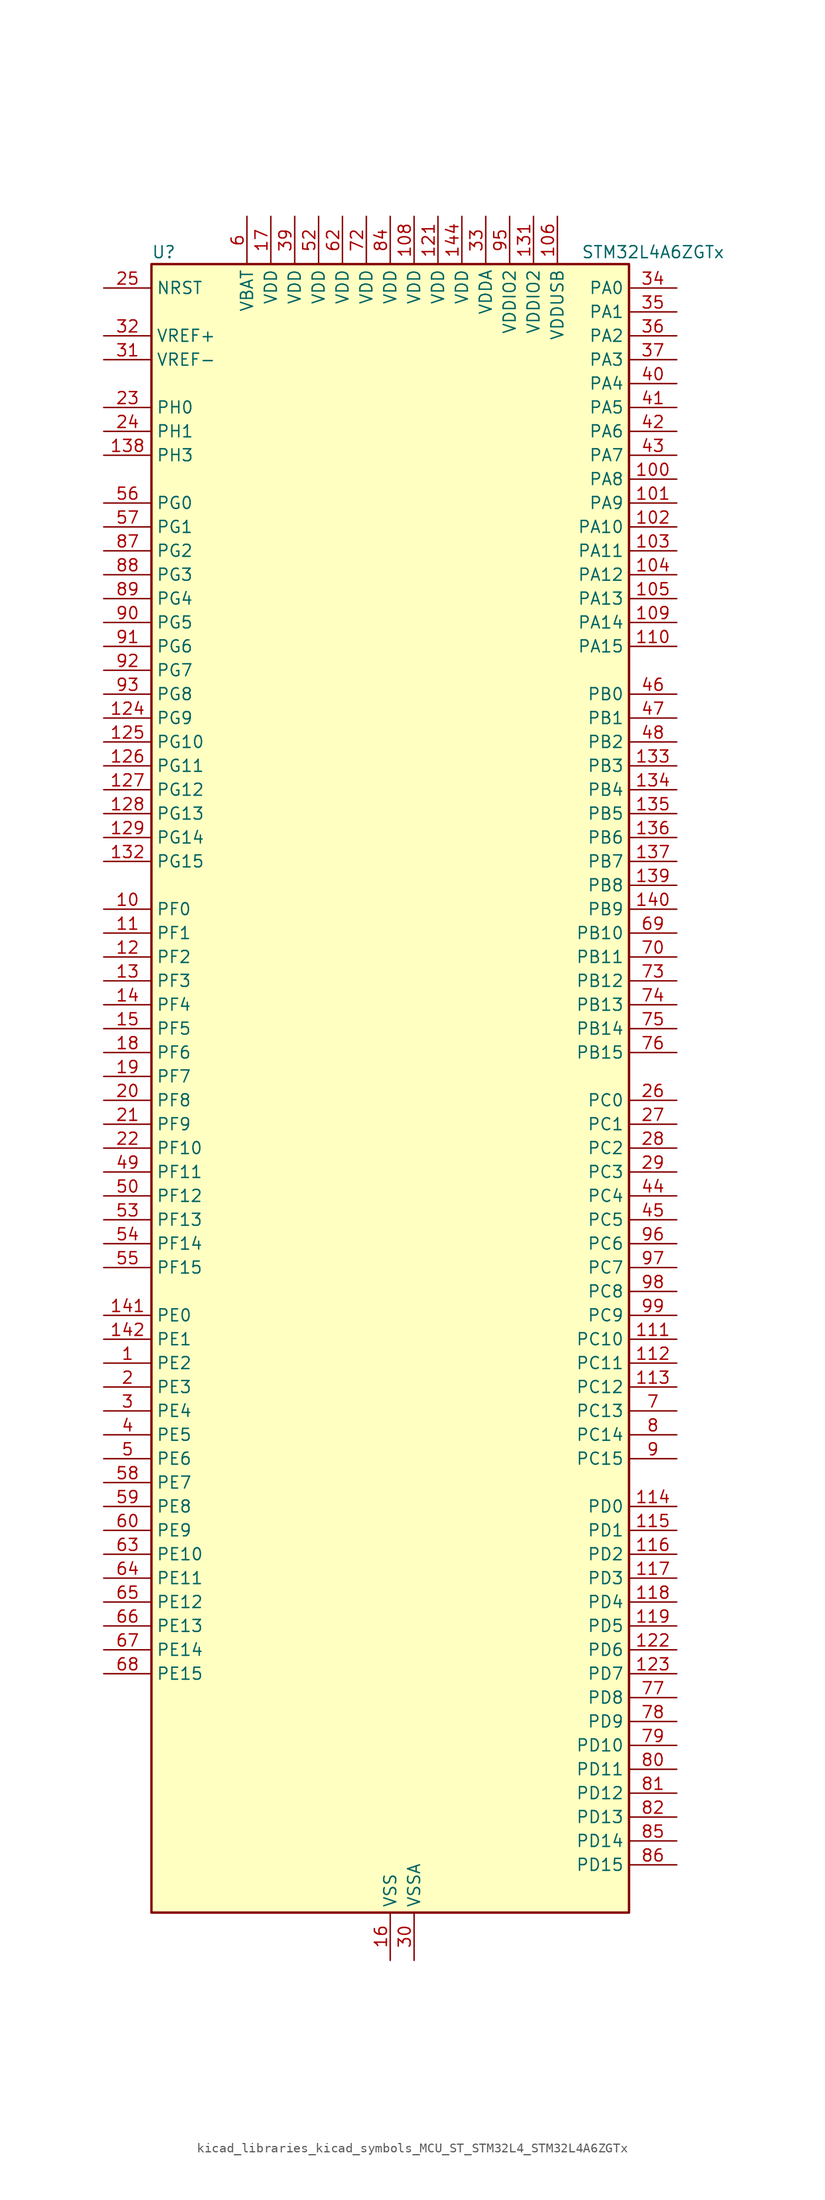
<source format=kicad_sym>
(kicad_symbol_lib
  (version 20220914)
  (generator kicad_symbol_editor)
  (symbol "kicad_libraries_kicad_symbols_MCU_ST_STM32L4_STM32L4A6ZGTx"
    (property "Reference" "U"
      (at -25.4 90.17 0)
      (effects (font (size 1.27 1.27)) (justify left)))
    (property "Value" "STM32L4A6ZGTx"
      (at 20.32 90.17 0)
      (effects (font (size 1.27 1.27)) (justify left)))
    (property "ki_locked" ""
      (at 0 0 0)
      (effects (font (size 1.27 1.27))))
    (symbol "kicad_libraries_kicad_symbols_MCU_ST_STM32L4_STM32L4A6ZGTx_0_1"
      (rectangle (start -25.4 -86.36) (end 25.4 88.9) (stroke (width 0.254) (type default)) (fill (type background))))
    (symbol "kicad_libraries_kicad_symbols_MCU_ST_STM32L4_STM32L4A6ZGTx_1_1"
      (pin bidirectional line (at -30.48 -27.94 0) (length 5.08) (name "PE2" (effects (font (size 1.27 1.27)))) (number "1" (effects (font (size 1.27 1.27)))) (alternate "FMC_A23" bidirectional line) (alternate "LCD_SEG38" bidirectional line) (alternate "SAI1_MCLK_A" bidirectional line) (alternate "SYS_TRACECLK" bidirectional line) (alternate "TIM3_ETR" bidirectional line) (alternate "TSC_G7_IO1" bidirectional line))
      (pin bidirectional line (at -30.48 20.32 0) (length 5.08) (name "PF0" (effects (font (size 1.27 1.27)))) (number "10" (effects (font (size 1.27 1.27)))) (alternate "FMC_A0" bidirectional line) (alternate "I2C2_SDA" bidirectional line))
      (pin bidirectional line (at 30.48 66.04 180) (length 5.08) (name "PA8" (effects (font (size 1.27 1.27)))) (number "100" (effects (font (size 1.27 1.27)))) (alternate "LCD_COM0" bidirectional line) (alternate "LPTIM2_OUT" bidirectional line) (alternate "RCC_MCO" bidirectional line) (alternate "SAI1_SCK_A" bidirectional line) (alternate "SWPMI1_IO" bidirectional line) (alternate "TIM1_CH1" bidirectional line) (alternate "USART1_CK" bidirectional line) (alternate "USB_OTG_FS_SOF" bidirectional line))
      (pin bidirectional line (at 30.48 63.5 180) (length 5.08) (name "PA9" (effects (font (size 1.27 1.27)))) (number "101" (effects (font (size 1.27 1.27)))) (alternate "DAC1_EXTI9" bidirectional line) (alternate "DCMI_D0" bidirectional line) (alternate "LCD_COM1" bidirectional line) (alternate "SAI1_FS_A" bidirectional line) (alternate "SPI2_SCK" bidirectional line) (alternate "TIM15_BKIN" bidirectional line) (alternate "TIM1_CH2" bidirectional line) (alternate "USART1_TX" bidirectional line) (alternate "USB_OTG_FS_VBUS" bidirectional line))
      (pin bidirectional line (at 30.48 60.96 180) (length 5.08) (name "PA10" (effects (font (size 1.27 1.27)))) (number "102" (effects (font (size 1.27 1.27)))) (alternate "DCMI_D1" bidirectional line) (alternate "LCD_COM2" bidirectional line) (alternate "SAI1_SD_A" bidirectional line) (alternate "TIM17_BKIN" bidirectional line) (alternate "TIM1_CH3" bidirectional line) (alternate "USART1_RX" bidirectional line) (alternate "USB_OTG_FS_ID" bidirectional line))
      (pin bidirectional line (at 30.48 58.42 180) (length 5.08) (name "PA11" (effects (font (size 1.27 1.27)))) (number "103" (effects (font (size 1.27 1.27)))) (alternate "ADC1_EXTI11" bidirectional line) (alternate "ADC2_EXTI11" bidirectional line) (alternate "ADC3_EXTI11" bidirectional line) (alternate "CAN1_RX" bidirectional line) (alternate "SPI1_MISO" bidirectional line) (alternate "TIM1_BKIN2" bidirectional line) (alternate "TIM1_BKIN2_COMP1" bidirectional line) (alternate "TIM1_CH4" bidirectional line) (alternate "USART1_CTS" bidirectional line) (alternate "USB_OTG_FS_DM" bidirectional line))
      (pin bidirectional line (at 30.48 55.88 180) (length 5.08) (name "PA12" (effects (font (size 1.27 1.27)))) (number "104" (effects (font (size 1.27 1.27)))) (alternate "CAN1_TX" bidirectional line) (alternate "SPI1_MOSI" bidirectional line) (alternate "TIM1_ETR" bidirectional line) (alternate "USART1_DE" bidirectional line) (alternate "USART1_RTS" bidirectional line) (alternate "USB_OTG_FS_DP" bidirectional line))
      (pin bidirectional line (at 30.48 53.34 180) (length 5.08) (name "PA13" (effects (font (size 1.27 1.27)))) (number "105" (effects (font (size 1.27 1.27)))) (alternate "IR_OUT" bidirectional line) (alternate "SAI1_SD_B" bidirectional line) (alternate "SWPMI1_TX" bidirectional line) (alternate "SYS_JTMS-SWDIO" bidirectional line) (alternate "USB_OTG_FS_NOE" bidirectional line))
      (pin power_in line (at 17.78 93.98 270) (length 5.08) (name "VDDUSB" (effects (font (size 1.27 1.27)))) (number "106" (effects (font (size 1.27 1.27)))))
      (pin passive line (at 0 -91.44 90) (length 5.08) hide (name "VSS" (effects (font (size 1.27 1.27)))) (number "107" (effects (font (size 1.27 1.27)))))
      (pin power_in line (at 2.54 93.98 270) (length 5.08) (name "VDD" (effects (font (size 1.27 1.27)))) (number "108" (effects (font (size 1.27 1.27)))))
      (pin bidirectional line (at 30.48 50.8 180) (length 5.08) (name "PA14" (effects (font (size 1.27 1.27)))) (number "109" (effects (font (size 1.27 1.27)))) (alternate "I2C1_SMBA" bidirectional line) (alternate "I2C4_SMBA" bidirectional line) (alternate "LPTIM1_OUT" bidirectional line) (alternate "SAI1_FS_B" bidirectional line) (alternate "SWPMI1_RX" bidirectional line) (alternate "SYS_JTCK-SWCLK" bidirectional line) (alternate "USB_OTG_FS_SOF" bidirectional line))
      (pin bidirectional line (at -30.48 17.78 0) (length 5.08) (name "PF1" (effects (font (size 1.27 1.27)))) (number "11" (effects (font (size 1.27 1.27)))) (alternate "FMC_A1" bidirectional line) (alternate "I2C2_SCL" bidirectional line))
      (pin bidirectional line (at 30.48 48.26 180) (length 5.08) (name "PA15" (effects (font (size 1.27 1.27)))) (number "110" (effects (font (size 1.27 1.27)))) (alternate "ADC1_EXTI15" bidirectional line) (alternate "ADC2_EXTI15" bidirectional line) (alternate "ADC3_EXTI15" bidirectional line) (alternate "LCD_SEG17" bidirectional line) (alternate "SAI2_FS_B" bidirectional line) (alternate "SPI1_NSS" bidirectional line) (alternate "SPI3_NSS" bidirectional line) (alternate "SWPMI1_SUSPEND" bidirectional line) (alternate "SYS_JTDI" bidirectional line) (alternate "TIM2_CH1" bidirectional line) (alternate "TIM2_ETR" bidirectional line) (alternate "TSC_G3_IO1" bidirectional line) (alternate "UART4_DE" bidirectional line) (alternate "UART4_RTS" bidirectional line) (alternate "USART2_RX" bidirectional line) (alternate "USART3_DE" bidirectional line) (alternate "USART3_RTS" bidirectional line))
      (pin bidirectional line (at 30.48 -25.4 180) (length 5.08) (name "PC10" (effects (font (size 1.27 1.27)))) (number "111" (effects (font (size 1.27 1.27)))) (alternate "DCMI_D8" bidirectional line) (alternate "LCD_COM4" bidirectional line) (alternate "LCD_SEG28" bidirectional line) (alternate "LCD_SEG40" bidirectional line) (alternate "SAI2_SCK_B" bidirectional line) (alternate "SDMMC1_D2" bidirectional line) (alternate "SPI3_SCK" bidirectional line) (alternate "SYS_TRACED1" bidirectional line) (alternate "TSC_G3_IO2" bidirectional line) (alternate "UART4_TX" bidirectional line) (alternate "USART3_TX" bidirectional line))
      (pin bidirectional line (at 30.48 -27.94 180) (length 5.08) (name "PC11" (effects (font (size 1.27 1.27)))) (number "112" (effects (font (size 1.27 1.27)))) (alternate "ADC1_EXTI11" bidirectional line) (alternate "ADC2_EXTI11" bidirectional line) (alternate "ADC3_EXTI11" bidirectional line) (alternate "DCMI_D4" bidirectional line) (alternate "LCD_COM5" bidirectional line) (alternate "LCD_SEG29" bidirectional line) (alternate "LCD_SEG41" bidirectional line) (alternate "QUADSPI_BK2_NCS" bidirectional line) (alternate "SAI2_MCLK_B" bidirectional line) (alternate "SDMMC1_D3" bidirectional line) (alternate "SPI3_MISO" bidirectional line) (alternate "TSC_G3_IO3" bidirectional line) (alternate "UART4_RX" bidirectional line) (alternate "USART3_RX" bidirectional line))
      (pin bidirectional line (at 30.48 -30.48 180) (length 5.08) (name "PC12" (effects (font (size 1.27 1.27)))) (number "113" (effects (font (size 1.27 1.27)))) (alternate "DCMI_D9" bidirectional line) (alternate "LCD_COM6" bidirectional line) (alternate "LCD_SEG30" bidirectional line) (alternate "LCD_SEG42" bidirectional line) (alternate "SAI2_SD_B" bidirectional line) (alternate "SDMMC1_CK" bidirectional line) (alternate "SPI3_MOSI" bidirectional line) (alternate "SYS_TRACED3" bidirectional line) (alternate "TSC_G3_IO4" bidirectional line) (alternate "UART5_TX" bidirectional line) (alternate "USART3_CK" bidirectional line))
      (pin bidirectional line (at 30.48 -43.18 180) (length 5.08) (name "PD0" (effects (font (size 1.27 1.27)))) (number "114" (effects (font (size 1.27 1.27)))) (alternate "CAN1_RX" bidirectional line) (alternate "DFSDM1_DATIN7" bidirectional line) (alternate "FMC_D2" bidirectional line) (alternate "FMC_DA2" bidirectional line) (alternate "SPI2_NSS" bidirectional line))
      (pin bidirectional line (at 30.48 -45.72 180) (length 5.08) (name "PD1" (effects (font (size 1.27 1.27)))) (number "115" (effects (font (size 1.27 1.27)))) (alternate "CAN1_TX" bidirectional line) (alternate "DFSDM1_CKIN7" bidirectional line) (alternate "FMC_D3" bidirectional line) (alternate "FMC_DA3" bidirectional line) (alternate "SPI2_SCK" bidirectional line))
      (pin bidirectional line (at 30.48 -48.26 180) (length 5.08) (name "PD2" (effects (font (size 1.27 1.27)))) (number "116" (effects (font (size 1.27 1.27)))) (alternate "DCMI_D11" bidirectional line) (alternate "LCD_COM7" bidirectional line) (alternate "LCD_SEG31" bidirectional line) (alternate "LCD_SEG43" bidirectional line) (alternate "SDMMC1_CMD" bidirectional line) (alternate "SYS_TRACED2" bidirectional line) (alternate "TIM3_ETR" bidirectional line) (alternate "TSC_SYNC" bidirectional line) (alternate "UART5_RX" bidirectional line) (alternate "USART3_DE" bidirectional line) (alternate "USART3_RTS" bidirectional line))
      (pin bidirectional line (at 30.48 -50.8 180) (length 5.08) (name "PD3" (effects (font (size 1.27 1.27)))) (number "117" (effects (font (size 1.27 1.27)))) (alternate "DCMI_D5" bidirectional line) (alternate "DFSDM1_DATIN0" bidirectional line) (alternate "FMC_CLK" bidirectional line) (alternate "QUADSPI_BK2_NCS" bidirectional line) (alternate "SPI2_MISO" bidirectional line) (alternate "SPI2_SCK" bidirectional line) (alternate "USART2_CTS" bidirectional line))
      (pin bidirectional line (at 30.48 -53.34 180) (length 5.08) (name "PD4" (effects (font (size 1.27 1.27)))) (number "118" (effects (font (size 1.27 1.27)))) (alternate "DFSDM1_CKIN0" bidirectional line) (alternate "FMC_NOE" bidirectional line) (alternate "QUADSPI_BK2_IO0" bidirectional line) (alternate "SPI2_MOSI" bidirectional line) (alternate "USART2_DE" bidirectional line) (alternate "USART2_RTS" bidirectional line))
      (pin bidirectional line (at 30.48 -55.88 180) (length 5.08) (name "PD5" (effects (font (size 1.27 1.27)))) (number "119" (effects (font (size 1.27 1.27)))) (alternate "FMC_NWE" bidirectional line) (alternate "QUADSPI_BK2_IO1" bidirectional line) (alternate "USART2_TX" bidirectional line))
      (pin bidirectional line (at -30.48 15.24 0) (length 5.08) (name "PF2" (effects (font (size 1.27 1.27)))) (number "12" (effects (font (size 1.27 1.27)))) (alternate "FMC_A2" bidirectional line) (alternate "I2C2_SMBA" bidirectional line))
      (pin passive line (at 0 -91.44 90) (length 5.08) hide (name "VSS" (effects (font (size 1.27 1.27)))) (number "120" (effects (font (size 1.27 1.27)))))
      (pin power_in line (at 5.08 93.98 270) (length 5.08) (name "VDD" (effects (font (size 1.27 1.27)))) (number "121" (effects (font (size 1.27 1.27)))))
      (pin bidirectional line (at 30.48 -58.42 180) (length 5.08) (name "PD6" (effects (font (size 1.27 1.27)))) (number "122" (effects (font (size 1.27 1.27)))) (alternate "DCMI_D10" bidirectional line) (alternate "DFSDM1_DATIN1" bidirectional line) (alternate "FMC_NWAIT" bidirectional line) (alternate "QUADSPI_BK2_IO1" bidirectional line) (alternate "QUADSPI_BK2_IO2" bidirectional line) (alternate "SAI1_SD_A" bidirectional line) (alternate "USART2_RX" bidirectional line))
      (pin bidirectional line (at 30.48 -60.96 180) (length 5.08) (name "PD7" (effects (font (size 1.27 1.27)))) (number "123" (effects (font (size 1.27 1.27)))) (alternate "DFSDM1_CKIN1" bidirectional line) (alternate "FMC_NE1" bidirectional line) (alternate "QUADSPI_BK2_IO3" bidirectional line) (alternate "USART2_CK" bidirectional line))
      (pin bidirectional line (at -30.48 40.64 0) (length 5.08) (name "PG9" (effects (font (size 1.27 1.27)))) (number "124" (effects (font (size 1.27 1.27)))) (alternate "DAC1_EXTI9" bidirectional line) (alternate "FMC_NCE" bidirectional line) (alternate "FMC_NE2" bidirectional line) (alternate "SAI2_SCK_A" bidirectional line) (alternate "SPI3_SCK" bidirectional line) (alternate "TIM15_CH1N" bidirectional line) (alternate "USART1_TX" bidirectional line))
      (pin bidirectional line (at -30.48 38.1 0) (length 5.08) (name "PG10" (effects (font (size 1.27 1.27)))) (number "125" (effects (font (size 1.27 1.27)))) (alternate "FMC_NE3" bidirectional line) (alternate "LPTIM1_IN1" bidirectional line) (alternate "SAI2_FS_A" bidirectional line) (alternate "SPI3_MISO" bidirectional line) (alternate "TIM15_CH1" bidirectional line) (alternate "USART1_RX" bidirectional line))
      (pin bidirectional line (at -30.48 35.56 0) (length 5.08) (name "PG11" (effects (font (size 1.27 1.27)))) (number "126" (effects (font (size 1.27 1.27)))) (alternate "ADC1_EXTI11" bidirectional line) (alternate "ADC2_EXTI11" bidirectional line) (alternate "ADC3_EXTI11" bidirectional line) (alternate "LPTIM1_IN2" bidirectional line) (alternate "SAI2_MCLK_A" bidirectional line) (alternate "SPI3_MOSI" bidirectional line) (alternate "TIM15_CH2" bidirectional line) (alternate "USART1_CTS" bidirectional line))
      (pin bidirectional line (at -30.48 33.02 0) (length 5.08) (name "PG12" (effects (font (size 1.27 1.27)))) (number "127" (effects (font (size 1.27 1.27)))) (alternate "FMC_NE4" bidirectional line) (alternate "LPTIM1_ETR" bidirectional line) (alternate "SAI2_SD_A" bidirectional line) (alternate "SPI3_NSS" bidirectional line) (alternate "USART1_DE" bidirectional line) (alternate "USART1_RTS" bidirectional line))
      (pin bidirectional line (at -30.48 30.48 0) (length 5.08) (name "PG13" (effects (font (size 1.27 1.27)))) (number "128" (effects (font (size 1.27 1.27)))) (alternate "FMC_A24" bidirectional line) (alternate "I2C1_SDA" bidirectional line) (alternate "USART1_CK" bidirectional line))
      (pin bidirectional line (at -30.48 27.94 0) (length 5.08) (name "PG14" (effects (font (size 1.27 1.27)))) (number "129" (effects (font (size 1.27 1.27)))) (alternate "FMC_A25" bidirectional line) (alternate "I2C1_SCL" bidirectional line))
      (pin bidirectional line (at -30.48 12.7 0) (length 5.08) (name "PF3" (effects (font (size 1.27 1.27)))) (number "13" (effects (font (size 1.27 1.27)))) (alternate "ADC3_IN6" bidirectional line) (alternate "FMC_A3" bidirectional line))
      (pin passive line (at 0 -91.44 90) (length 5.08) hide (name "VSS" (effects (font (size 1.27 1.27)))) (number "130" (effects (font (size 1.27 1.27)))))
      (pin power_in line (at 15.24 93.98 270) (length 5.08) (name "VDDIO2" (effects (font (size 1.27 1.27)))) (number "131" (effects (font (size 1.27 1.27)))))
      (pin bidirectional line (at -30.48 25.4 0) (length 5.08) (name "PG15" (effects (font (size 1.27 1.27)))) (number "132" (effects (font (size 1.27 1.27)))) (alternate "ADC1_EXTI15" bidirectional line) (alternate "ADC2_EXTI15" bidirectional line) (alternate "ADC3_EXTI15" bidirectional line) (alternate "DCMI_D13" bidirectional line) (alternate "I2C1_SMBA" bidirectional line) (alternate "LPTIM1_OUT" bidirectional line))
      (pin bidirectional line (at 30.48 35.56 180) (length 5.08) (name "PB3" (effects (font (size 1.27 1.27)))) (number "133" (effects (font (size 1.27 1.27)))) (alternate "COMP2_INM" bidirectional line) (alternate "CRS_SYNC" bidirectional line) (alternate "LCD_SEG7" bidirectional line) (alternate "SAI1_SCK_B" bidirectional line) (alternate "SPI1_SCK" bidirectional line) (alternate "SPI3_SCK" bidirectional line) (alternate "SYS_JTDO-SWO" bidirectional line) (alternate "TIM2_CH2" bidirectional line) (alternate "USART1_DE" bidirectional line) (alternate "USART1_RTS" bidirectional line))
      (pin bidirectional line (at 30.48 33.02 180) (length 5.08) (name "PB4" (effects (font (size 1.27 1.27)))) (number "134" (effects (font (size 1.27 1.27)))) (alternate "COMP2_INP" bidirectional line) (alternate "DCMI_D12" bidirectional line) (alternate "I2C3_SDA" bidirectional line) (alternate "LCD_SEG8" bidirectional line) (alternate "SAI1_MCLK_B" bidirectional line) (alternate "SPI1_MISO" bidirectional line) (alternate "SPI3_MISO" bidirectional line) (alternate "SYS_JTRST" bidirectional line) (alternate "TIM17_BKIN" bidirectional line) (alternate "TIM3_CH1" bidirectional line) (alternate "TSC_G2_IO1" bidirectional line) (alternate "UART5_DE" bidirectional line) (alternate "UART5_RTS" bidirectional line) (alternate "USART1_CTS" bidirectional line))
      (pin bidirectional line (at 30.48 30.48 180) (length 5.08) (name "PB5" (effects (font (size 1.27 1.27)))) (number "135" (effects (font (size 1.27 1.27)))) (alternate "CAN2_RX" bidirectional line) (alternate "COMP2_OUT" bidirectional line) (alternate "DCMI_D10" bidirectional line) (alternate "I2C1_SMBA" bidirectional line) (alternate "LCD_SEG9" bidirectional line) (alternate "LPTIM1_IN1" bidirectional line) (alternate "SAI1_SD_B" bidirectional line) (alternate "SPI1_MOSI" bidirectional line) (alternate "SPI3_MOSI" bidirectional line) (alternate "TIM16_BKIN" bidirectional line) (alternate "TIM3_CH2" bidirectional line) (alternate "TSC_G2_IO2" bidirectional line) (alternate "UART5_CTS" bidirectional line) (alternate "USART1_CK" bidirectional line))
      (pin bidirectional line (at 30.48 27.94 180) (length 5.08) (name "PB6" (effects (font (size 1.27 1.27)))) (number "136" (effects (font (size 1.27 1.27)))) (alternate "CAN2_TX" bidirectional line) (alternate "COMP2_INP" bidirectional line) (alternate "DCMI_D5" bidirectional line) (alternate "DFSDM1_DATIN5" bidirectional line) (alternate "I2C1_SCL" bidirectional line) (alternate "I2C4_SCL" bidirectional line) (alternate "LPTIM1_ETR" bidirectional line) (alternate "SAI1_FS_B" bidirectional line) (alternate "TIM16_CH1N" bidirectional line) (alternate "TIM4_CH1" bidirectional line) (alternate "TIM8_BKIN2" bidirectional line) (alternate "TIM8_BKIN2_COMP2" bidirectional line) (alternate "TSC_G2_IO3" bidirectional line) (alternate "USART1_TX" bidirectional line))
      (pin bidirectional line (at 30.48 25.4 180) (length 5.08) (name "PB7" (effects (font (size 1.27 1.27)))) (number "137" (effects (font (size 1.27 1.27)))) (alternate "COMP2_INM" bidirectional line) (alternate "DCMI_VSYNC" bidirectional line) (alternate "DFSDM1_CKIN5" bidirectional line) (alternate "FMC_NL" bidirectional line) (alternate "I2C1_SDA" bidirectional line) (alternate "I2C4_SDA" bidirectional line) (alternate "LCD_SEG21" bidirectional line) (alternate "LPTIM1_IN2" bidirectional line) (alternate "SYS_PVD_IN" bidirectional line) (alternate "TIM17_CH1N" bidirectional line) (alternate "TIM4_CH2" bidirectional line) (alternate "TIM8_BKIN" bidirectional line) (alternate "TIM8_BKIN_COMP1" bidirectional line) (alternate "TSC_G2_IO4" bidirectional line) (alternate "UART4_CTS" bidirectional line) (alternate "USART1_RX" bidirectional line))
      (pin bidirectional line (at -30.48 68.58 0) (length 5.08) (name "PH3" (effects (font (size 1.27 1.27)))) (number "138" (effects (font (size 1.27 1.27)))))
      (pin bidirectional line (at 30.48 22.86 180) (length 5.08) (name "PB8" (effects (font (size 1.27 1.27)))) (number "139" (effects (font (size 1.27 1.27)))) (alternate "CAN1_RX" bidirectional line) (alternate "DCMI_D6" bidirectional line) (alternate "DFSDM1_DATIN6" bidirectional line) (alternate "I2C1_SCL" bidirectional line) (alternate "LCD_SEG16" bidirectional line) (alternate "SAI1_MCLK_A" bidirectional line) (alternate "SDMMC1_D4" bidirectional line) (alternate "TIM16_CH1" bidirectional line) (alternate "TIM4_CH3" bidirectional line))
      (pin bidirectional line (at -30.48 10.16 0) (length 5.08) (name "PF4" (effects (font (size 1.27 1.27)))) (number "14" (effects (font (size 1.27 1.27)))) (alternate "ADC3_IN7" bidirectional line) (alternate "FMC_A4" bidirectional line))
      (pin bidirectional line (at 30.48 20.32 180) (length 5.08) (name "PB9" (effects (font (size 1.27 1.27)))) (number "140" (effects (font (size 1.27 1.27)))) (alternate "CAN1_TX" bidirectional line) (alternate "DAC1_EXTI9" bidirectional line) (alternate "DCMI_D7" bidirectional line) (alternate "DFSDM1_CKIN6" bidirectional line) (alternate "I2C1_SDA" bidirectional line) (alternate "IR_OUT" bidirectional line) (alternate "LCD_COM3" bidirectional line) (alternate "SAI1_FS_A" bidirectional line) (alternate "SDMMC1_D5" bidirectional line) (alternate "SPI2_NSS" bidirectional line) (alternate "TIM17_CH1" bidirectional line) (alternate "TIM4_CH4" bidirectional line))
      (pin bidirectional line (at -30.48 -22.86 0) (length 5.08) (name "PE0" (effects (font (size 1.27 1.27)))) (number "141" (effects (font (size 1.27 1.27)))) (alternate "DCMI_D2" bidirectional line) (alternate "FMC_NBL0" bidirectional line) (alternate "LCD_SEG36" bidirectional line) (alternate "TIM16_CH1" bidirectional line) (alternate "TIM4_ETR" bidirectional line))
      (pin bidirectional line (at -30.48 -25.4 0) (length 5.08) (name "PE1" (effects (font (size 1.27 1.27)))) (number "142" (effects (font (size 1.27 1.27)))) (alternate "DCMI_D3" bidirectional line) (alternate "FMC_NBL1" bidirectional line) (alternate "LCD_SEG37" bidirectional line) (alternate "TIM17_CH1" bidirectional line))
      (pin passive line (at 0 -91.44 90) (length 5.08) hide (name "VSS" (effects (font (size 1.27 1.27)))) (number "143" (effects (font (size 1.27 1.27)))))
      (pin power_in line (at 7.62 93.98 270) (length 5.08) (name "VDD" (effects (font (size 1.27 1.27)))) (number "144" (effects (font (size 1.27 1.27)))))
      (pin bidirectional line (at -30.48 7.62 0) (length 5.08) (name "PF5" (effects (font (size 1.27 1.27)))) (number "15" (effects (font (size 1.27 1.27)))) (alternate "ADC3_IN8" bidirectional line) (alternate "FMC_A5" bidirectional line))
      (pin power_in line (at 0 -91.44 90) (length 5.08) (name "VSS" (effects (font (size 1.27 1.27)))) (number "16" (effects (font (size 1.27 1.27)))))
      (pin power_in line (at -12.7 93.98 270) (length 5.08) (name "VDD" (effects (font (size 1.27 1.27)))) (number "17" (effects (font (size 1.27 1.27)))))
      (pin bidirectional line (at -30.48 5.08 0) (length 5.08) (name "PF6" (effects (font (size 1.27 1.27)))) (number "18" (effects (font (size 1.27 1.27)))) (alternate "ADC3_IN9" bidirectional line) (alternate "QUADSPI_BK1_IO3" bidirectional line) (alternate "SAI1_SD_B" bidirectional line) (alternate "TIM5_CH1" bidirectional line) (alternate "TIM5_ETR" bidirectional line))
      (pin bidirectional line (at -30.48 2.54 0) (length 5.08) (name "PF7" (effects (font (size 1.27 1.27)))) (number "19" (effects (font (size 1.27 1.27)))) (alternate "ADC3_IN10" bidirectional line) (alternate "QUADSPI_BK1_IO2" bidirectional line) (alternate "SAI1_MCLK_B" bidirectional line) (alternate "TIM5_CH2" bidirectional line))
      (pin bidirectional line (at -30.48 -30.48 0) (length 5.08) (name "PE3" (effects (font (size 1.27 1.27)))) (number "2" (effects (font (size 1.27 1.27)))) (alternate "FMC_A19" bidirectional line) (alternate "LCD_SEG39" bidirectional line) (alternate "SAI1_SD_B" bidirectional line) (alternate "SYS_TRACED0" bidirectional line) (alternate "TIM3_CH1" bidirectional line) (alternate "TSC_G7_IO2" bidirectional line))
      (pin bidirectional line (at -30.48 0 0) (length 5.08) (name "PF8" (effects (font (size 1.27 1.27)))) (number "20" (effects (font (size 1.27 1.27)))) (alternate "ADC3_IN11" bidirectional line) (alternate "QUADSPI_BK1_IO0" bidirectional line) (alternate "SAI1_SCK_B" bidirectional line) (alternate "TIM5_CH3" bidirectional line))
      (pin bidirectional line (at -30.48 -2.54 0) (length 5.08) (name "PF9" (effects (font (size 1.27 1.27)))) (number "21" (effects (font (size 1.27 1.27)))) (alternate "ADC3_IN12" bidirectional line) (alternate "DAC1_EXTI9" bidirectional line) (alternate "QUADSPI_BK1_IO1" bidirectional line) (alternate "SAI1_FS_B" bidirectional line) (alternate "TIM15_CH1" bidirectional line) (alternate "TIM5_CH4" bidirectional line))
      (pin bidirectional line (at -30.48 -5.08 0) (length 5.08) (name "PF10" (effects (font (size 1.27 1.27)))) (number "22" (effects (font (size 1.27 1.27)))) (alternate "ADC3_IN13" bidirectional line) (alternate "DCMI_D11" bidirectional line) (alternate "QUADSPI_CLK" bidirectional line) (alternate "TIM15_CH2" bidirectional line))
      (pin bidirectional line (at -30.48 73.66 0) (length 5.08) (name "PH0" (effects (font (size 1.27 1.27)))) (number "23" (effects (font (size 1.27 1.27)))) (alternate "RCC_OSC_IN" bidirectional line))
      (pin bidirectional line (at -30.48 71.12 0) (length 5.08) (name "PH1" (effects (font (size 1.27 1.27)))) (number "24" (effects (font (size 1.27 1.27)))) (alternate "RCC_OSC_OUT" bidirectional line))
      (pin input line (at -30.48 86.36 0) (length 5.08) (name "NRST" (effects (font (size 1.27 1.27)))) (number "25" (effects (font (size 1.27 1.27)))))
      (pin bidirectional line (at 30.48 0 180) (length 5.08) (name "PC0" (effects (font (size 1.27 1.27)))) (number "26" (effects (font (size 1.27 1.27)))) (alternate "ADC1_IN1" bidirectional line) (alternate "ADC2_IN1" bidirectional line) (alternate "ADC3_IN1" bidirectional line) (alternate "DFSDM1_DATIN4" bidirectional line) (alternate "I2C3_SCL" bidirectional line) (alternate "I2C4_SCL" bidirectional line) (alternate "LCD_SEG18" bidirectional line) (alternate "LPTIM1_IN1" bidirectional line) (alternate "LPTIM2_IN1" bidirectional line) (alternate "LPUART1_RX" bidirectional line))
      (pin bidirectional line (at 30.48 -2.54 180) (length 5.08) (name "PC1" (effects (font (size 1.27 1.27)))) (number "27" (effects (font (size 1.27 1.27)))) (alternate "ADC1_IN2" bidirectional line) (alternate "ADC2_IN2" bidirectional line) (alternate "ADC3_IN2" bidirectional line) (alternate "DFSDM1_CKIN4" bidirectional line) (alternate "I2C3_SDA" bidirectional line) (alternate "I2C4_SDA" bidirectional line) (alternate "LCD_SEG19" bidirectional line) (alternate "LPTIM1_OUT" bidirectional line) (alternate "LPUART1_TX" bidirectional line) (alternate "QUADSPI_BK2_IO0" bidirectional line) (alternate "SAI1_SD_A" bidirectional line) (alternate "SPI2_MOSI" bidirectional line) (alternate "SYS_TRACED0" bidirectional line))
      (pin bidirectional line (at 30.48 -5.08 180) (length 5.08) (name "PC2" (effects (font (size 1.27 1.27)))) (number "28" (effects (font (size 1.27 1.27)))) (alternate "ADC1_IN3" bidirectional line) (alternate "ADC2_IN3" bidirectional line) (alternate "ADC3_IN3" bidirectional line) (alternate "DFSDM1_CKOUT" bidirectional line) (alternate "LCD_SEG20" bidirectional line) (alternate "LPTIM1_IN2" bidirectional line) (alternate "QUADSPI_BK2_IO1" bidirectional line) (alternate "SPI2_MISO" bidirectional line))
      (pin bidirectional line (at 30.48 -7.62 180) (length 5.08) (name "PC3" (effects (font (size 1.27 1.27)))) (number "29" (effects (font (size 1.27 1.27)))) (alternate "ADC1_IN4" bidirectional line) (alternate "ADC2_IN4" bidirectional line) (alternate "ADC3_IN4" bidirectional line) (alternate "LCD_VLCD" bidirectional line) (alternate "LPTIM1_ETR" bidirectional line) (alternate "LPTIM2_ETR" bidirectional line) (alternate "QUADSPI_BK2_IO2" bidirectional line) (alternate "SAI1_SD_A" bidirectional line) (alternate "SPI2_MOSI" bidirectional line))
      (pin bidirectional line (at -30.48 -33.02 0) (length 5.08) (name "PE4" (effects (font (size 1.27 1.27)))) (number "3" (effects (font (size 1.27 1.27)))) (alternate "DCMI_D4" bidirectional line) (alternate "DFSDM1_DATIN3" bidirectional line) (alternate "FMC_A20" bidirectional line) (alternate "SAI1_FS_A" bidirectional line) (alternate "SYS_TRACED1" bidirectional line) (alternate "TIM3_CH2" bidirectional line) (alternate "TSC_G7_IO3" bidirectional line))
      (pin power_in line (at 2.54 -91.44 90) (length 5.08) (name "VSSA" (effects (font (size 1.27 1.27)))) (number "30" (effects (font (size 1.27 1.27)))))
      (pin input line (at -30.48 78.74 0) (length 5.08) (name "VREF-" (effects (font (size 1.27 1.27)))) (number "31" (effects (font (size 1.27 1.27)))))
      (pin input line (at -30.48 81.28 0) (length 5.08) (name "VREF+" (effects (font (size 1.27 1.27)))) (number "32" (effects (font (size 1.27 1.27)))) (alternate "VREFBUF_OUT" bidirectional line))
      (pin power_in line (at 10.16 93.98 270) (length 5.08) (name "VDDA" (effects (font (size 1.27 1.27)))) (number "33" (effects (font (size 1.27 1.27)))))
      (pin bidirectional line (at 30.48 86.36 180) (length 5.08) (name "PA0" (effects (font (size 1.27 1.27)))) (number "34" (effects (font (size 1.27 1.27)))) (alternate "ADC1_IN5" bidirectional line) (alternate "ADC2_IN5" bidirectional line) (alternate "OPAMP1_VINP" bidirectional line) (alternate "RTC_TAMP2" bidirectional line) (alternate "SAI1_EXTCLK" bidirectional line) (alternate "SYS_WKUP1" bidirectional line) (alternate "TIM2_CH1" bidirectional line) (alternate "TIM2_ETR" bidirectional line) (alternate "TIM5_CH1" bidirectional line) (alternate "TIM8_ETR" bidirectional line) (alternate "UART4_TX" bidirectional line) (alternate "USART2_CTS" bidirectional line))
      (pin bidirectional line (at 30.48 83.82 180) (length 5.08) (name "PA1" (effects (font (size 1.27 1.27)))) (number "35" (effects (font (size 1.27 1.27)))) (alternate "ADC1_IN6" bidirectional line) (alternate "ADC2_IN6" bidirectional line) (alternate "I2C1_SMBA" bidirectional line) (alternate "LCD_SEG0" bidirectional line) (alternate "OPAMP1_VINM" bidirectional line) (alternate "SPI1_SCK" bidirectional line) (alternate "TIM15_CH1N" bidirectional line) (alternate "TIM2_CH2" bidirectional line) (alternate "TIM5_CH2" bidirectional line) (alternate "UART4_RX" bidirectional line) (alternate "USART2_DE" bidirectional line) (alternate "USART2_RTS" bidirectional line))
      (pin bidirectional line (at 30.48 81.28 180) (length 5.08) (name "PA2" (effects (font (size 1.27 1.27)))) (number "36" (effects (font (size 1.27 1.27)))) (alternate "ADC1_IN7" bidirectional line) (alternate "ADC2_IN7" bidirectional line) (alternate "LCD_SEG1" bidirectional line) (alternate "LPUART1_TX" bidirectional line) (alternate "QUADSPI_BK1_NCS" bidirectional line) (alternate "RCC_LSCO" bidirectional line) (alternate "SAI2_EXTCLK" bidirectional line) (alternate "SYS_WKUP4" bidirectional line) (alternate "TIM15_CH1" bidirectional line) (alternate "TIM2_CH3" bidirectional line) (alternate "TIM5_CH3" bidirectional line) (alternate "USART2_TX" bidirectional line))
      (pin bidirectional line (at 30.48 78.74 180) (length 5.08) (name "PA3" (effects (font (size 1.27 1.27)))) (number "37" (effects (font (size 1.27 1.27)))) (alternate "ADC1_IN8" bidirectional line) (alternate "ADC2_IN8" bidirectional line) (alternate "LCD_SEG2" bidirectional line) (alternate "LPUART1_RX" bidirectional line) (alternate "OPAMP1_VOUT" bidirectional line) (alternate "QUADSPI_CLK" bidirectional line) (alternate "SAI1_MCLK_A" bidirectional line) (alternate "TIM15_CH2" bidirectional line) (alternate "TIM2_CH4" bidirectional line) (alternate "TIM5_CH4" bidirectional line) (alternate "USART2_RX" bidirectional line))
      (pin passive line (at 0 -91.44 90) (length 5.08) hide (name "VSS" (effects (font (size 1.27 1.27)))) (number "38" (effects (font (size 1.27 1.27)))))
      (pin power_in line (at -10.16 93.98 270) (length 5.08) (name "VDD" (effects (font (size 1.27 1.27)))) (number "39" (effects (font (size 1.27 1.27)))))
      (pin bidirectional line (at -30.48 -35.56 0) (length 5.08) (name "PE5" (effects (font (size 1.27 1.27)))) (number "4" (effects (font (size 1.27 1.27)))) (alternate "DCMI_D6" bidirectional line) (alternate "DFSDM1_CKIN3" bidirectional line) (alternate "FMC_A21" bidirectional line) (alternate "SAI1_SCK_A" bidirectional line) (alternate "SYS_TRACED2" bidirectional line) (alternate "TIM3_CH3" bidirectional line) (alternate "TSC_G7_IO4" bidirectional line))
      (pin bidirectional line (at 30.48 76.2 180) (length 5.08) (name "PA4" (effects (font (size 1.27 1.27)))) (number "40" (effects (font (size 1.27 1.27)))) (alternate "ADC1_IN9" bidirectional line) (alternate "ADC2_IN9" bidirectional line) (alternate "DAC1_OUT1" bidirectional line) (alternate "DCMI_HSYNC" bidirectional line) (alternate "LPTIM2_OUT" bidirectional line) (alternate "SAI1_FS_B" bidirectional line) (alternate "SPI1_NSS" bidirectional line) (alternate "SPI3_NSS" bidirectional line) (alternate "USART2_CK" bidirectional line))
      (pin bidirectional line (at 30.48 73.66 180) (length 5.08) (name "PA5" (effects (font (size 1.27 1.27)))) (number "41" (effects (font (size 1.27 1.27)))) (alternate "ADC1_IN10" bidirectional line) (alternate "ADC2_IN10" bidirectional line) (alternate "DAC1_OUT2" bidirectional line) (alternate "LPTIM2_ETR" bidirectional line) (alternate "SPI1_SCK" bidirectional line) (alternate "TIM2_CH1" bidirectional line) (alternate "TIM2_ETR" bidirectional line) (alternate "TIM8_CH1N" bidirectional line))
      (pin bidirectional line (at 30.48 71.12 180) (length 5.08) (name "PA6" (effects (font (size 1.27 1.27)))) (number "42" (effects (font (size 1.27 1.27)))) (alternate "ADC1_IN11" bidirectional line) (alternate "ADC2_IN11" bidirectional line) (alternate "DCMI_PIXCLK" bidirectional line) (alternate "LCD_SEG3" bidirectional line) (alternate "LPUART1_CTS" bidirectional line) (alternate "OPAMP2_VINP" bidirectional line) (alternate "QUADSPI_BK1_IO3" bidirectional line) (alternate "SPI1_MISO" bidirectional line) (alternate "TIM16_CH1" bidirectional line) (alternate "TIM1_BKIN" bidirectional line) (alternate "TIM1_BKIN_COMP2" bidirectional line) (alternate "TIM3_CH1" bidirectional line) (alternate "TIM8_BKIN" bidirectional line) (alternate "TIM8_BKIN_COMP2" bidirectional line) (alternate "USART3_CTS" bidirectional line))
      (pin bidirectional line (at 30.48 68.58 180) (length 5.08) (name "PA7" (effects (font (size 1.27 1.27)))) (number "43" (effects (font (size 1.27 1.27)))) (alternate "ADC1_IN12" bidirectional line) (alternate "ADC2_IN12" bidirectional line) (alternate "I2C3_SCL" bidirectional line) (alternate "LCD_SEG4" bidirectional line) (alternate "OPAMP2_VINM" bidirectional line) (alternate "QUADSPI_BK1_IO2" bidirectional line) (alternate "SPI1_MOSI" bidirectional line) (alternate "TIM17_CH1" bidirectional line) (alternate "TIM1_CH1N" bidirectional line) (alternate "TIM3_CH2" bidirectional line) (alternate "TIM8_CH1N" bidirectional line))
      (pin bidirectional line (at 30.48 -10.16 180) (length 5.08) (name "PC4" (effects (font (size 1.27 1.27)))) (number "44" (effects (font (size 1.27 1.27)))) (alternate "ADC1_IN13" bidirectional line) (alternate "ADC2_IN13" bidirectional line) (alternate "COMP1_INM" bidirectional line) (alternate "LCD_SEG22" bidirectional line) (alternate "QUADSPI_BK2_IO3" bidirectional line) (alternate "USART3_TX" bidirectional line))
      (pin bidirectional line (at 30.48 -12.7 180) (length 5.08) (name "PC5" (effects (font (size 1.27 1.27)))) (number "45" (effects (font (size 1.27 1.27)))) (alternate "ADC1_IN14" bidirectional line) (alternate "ADC2_IN14" bidirectional line) (alternate "COMP1_INP" bidirectional line) (alternate "LCD_SEG23" bidirectional line) (alternate "SYS_WKUP5" bidirectional line) (alternate "USART3_RX" bidirectional line))
      (pin bidirectional line (at 30.48 43.18 180) (length 5.08) (name "PB0" (effects (font (size 1.27 1.27)))) (number "46" (effects (font (size 1.27 1.27)))) (alternate "ADC1_IN15" bidirectional line) (alternate "ADC2_IN15" bidirectional line) (alternate "COMP1_OUT" bidirectional line) (alternate "LCD_SEG5" bidirectional line) (alternate "OPAMP2_VOUT" bidirectional line) (alternate "QUADSPI_BK1_IO1" bidirectional line) (alternate "SAI1_EXTCLK" bidirectional line) (alternate "SPI1_NSS" bidirectional line) (alternate "TIM1_CH2N" bidirectional line) (alternate "TIM3_CH3" bidirectional line) (alternate "TIM8_CH2N" bidirectional line) (alternate "USART3_CK" bidirectional line))
      (pin bidirectional line (at 30.48 40.64 180) (length 5.08) (name "PB1" (effects (font (size 1.27 1.27)))) (number "47" (effects (font (size 1.27 1.27)))) (alternate "ADC1_IN16" bidirectional line) (alternate "ADC2_IN16" bidirectional line) (alternate "COMP1_INM" bidirectional line) (alternate "DFSDM1_DATIN0" bidirectional line) (alternate "LCD_SEG6" bidirectional line) (alternate "LPTIM2_IN1" bidirectional line) (alternate "LPUART1_DE" bidirectional line) (alternate "LPUART1_RTS" bidirectional line) (alternate "QUADSPI_BK1_IO0" bidirectional line) (alternate "TIM1_CH3N" bidirectional line) (alternate "TIM3_CH4" bidirectional line) (alternate "TIM8_CH3N" bidirectional line) (alternate "USART3_DE" bidirectional line) (alternate "USART3_RTS" bidirectional line))
      (pin bidirectional line (at 30.48 38.1 180) (length 5.08) (name "PB2" (effects (font (size 1.27 1.27)))) (number "48" (effects (font (size 1.27 1.27)))) (alternate "COMP1_INP" bidirectional line) (alternate "DFSDM1_CKIN0" bidirectional line) (alternate "I2C3_SMBA" bidirectional line) (alternate "LCD_VLCD" bidirectional line) (alternate "LPTIM1_OUT" bidirectional line) (alternate "RTC_OUT_ALARM" bidirectional line) (alternate "RTC_OUT_CALIB" bidirectional line))
      (pin bidirectional line (at -30.48 -7.62 0) (length 5.08) (name "PF11" (effects (font (size 1.27 1.27)))) (number "49" (effects (font (size 1.27 1.27)))) (alternate "ADC1_EXTI11" bidirectional line) (alternate "ADC2_EXTI11" bidirectional line) (alternate "ADC3_EXTI11" bidirectional line) (alternate "DCMI_D12" bidirectional line))
      (pin bidirectional line (at -30.48 -38.1 0) (length 5.08) (name "PE6" (effects (font (size 1.27 1.27)))) (number "5" (effects (font (size 1.27 1.27)))) (alternate "DCMI_D7" bidirectional line) (alternate "FMC_A22" bidirectional line) (alternate "RTC_TAMP3" bidirectional line) (alternate "SAI1_SD_A" bidirectional line) (alternate "SYS_TRACED3" bidirectional line) (alternate "SYS_WKUP3" bidirectional line) (alternate "TIM3_CH4" bidirectional line))
      (pin bidirectional line (at -30.48 -10.16 0) (length 5.08) (name "PF12" (effects (font (size 1.27 1.27)))) (number "50" (effects (font (size 1.27 1.27)))) (alternate "FMC_A6" bidirectional line))
      (pin passive line (at 0 -91.44 90) (length 5.08) hide (name "VSS" (effects (font (size 1.27 1.27)))) (number "51" (effects (font (size 1.27 1.27)))))
      (pin power_in line (at -7.62 93.98 270) (length 5.08) (name "VDD" (effects (font (size 1.27 1.27)))) (number "52" (effects (font (size 1.27 1.27)))))
      (pin bidirectional line (at -30.48 -12.7 0) (length 5.08) (name "PF13" (effects (font (size 1.27 1.27)))) (number "53" (effects (font (size 1.27 1.27)))) (alternate "DFSDM1_DATIN6" bidirectional line) (alternate "FMC_A7" bidirectional line) (alternate "I2C4_SMBA" bidirectional line))
      (pin bidirectional line (at -30.48 -15.24 0) (length 5.08) (name "PF14" (effects (font (size 1.27 1.27)))) (number "54" (effects (font (size 1.27 1.27)))) (alternate "DFSDM1_CKIN6" bidirectional line) (alternate "FMC_A8" bidirectional line) (alternate "I2C4_SCL" bidirectional line) (alternate "TSC_G8_IO1" bidirectional line))
      (pin bidirectional line (at -30.48 -17.78 0) (length 5.08) (name "PF15" (effects (font (size 1.27 1.27)))) (number "55" (effects (font (size 1.27 1.27)))) (alternate "ADC1_EXTI15" bidirectional line) (alternate "ADC2_EXTI15" bidirectional line) (alternate "ADC3_EXTI15" bidirectional line) (alternate "FMC_A9" bidirectional line) (alternate "I2C4_SDA" bidirectional line) (alternate "TSC_G8_IO2" bidirectional line))
      (pin bidirectional line (at -30.48 63.5 0) (length 5.08) (name "PG0" (effects (font (size 1.27 1.27)))) (number "56" (effects (font (size 1.27 1.27)))) (alternate "FMC_A10" bidirectional line) (alternate "TSC_G8_IO3" bidirectional line))
      (pin bidirectional line (at -30.48 60.96 0) (length 5.08) (name "PG1" (effects (font (size 1.27 1.27)))) (number "57" (effects (font (size 1.27 1.27)))) (alternate "FMC_A11" bidirectional line) (alternate "TSC_G8_IO4" bidirectional line))
      (pin bidirectional line (at -30.48 -40.64 0) (length 5.08) (name "PE7" (effects (font (size 1.27 1.27)))) (number "58" (effects (font (size 1.27 1.27)))) (alternate "DFSDM1_DATIN2" bidirectional line) (alternate "FMC_D4" bidirectional line) (alternate "FMC_DA4" bidirectional line) (alternate "SAI1_SD_B" bidirectional line) (alternate "TIM1_ETR" bidirectional line))
      (pin bidirectional line (at -30.48 -43.18 0) (length 5.08) (name "PE8" (effects (font (size 1.27 1.27)))) (number "59" (effects (font (size 1.27 1.27)))) (alternate "DFSDM1_CKIN2" bidirectional line) (alternate "FMC_D5" bidirectional line) (alternate "FMC_DA5" bidirectional line) (alternate "SAI1_SCK_B" bidirectional line) (alternate "TIM1_CH1N" bidirectional line))
      (pin power_in line (at -15.24 93.98 270) (length 5.08) (name "VBAT" (effects (font (size 1.27 1.27)))) (number "6" (effects (font (size 1.27 1.27)))))
      (pin bidirectional line (at -30.48 -45.72 0) (length 5.08) (name "PE9" (effects (font (size 1.27 1.27)))) (number "60" (effects (font (size 1.27 1.27)))) (alternate "DAC1_EXTI9" bidirectional line) (alternate "DFSDM1_CKOUT" bidirectional line) (alternate "FMC_D6" bidirectional line) (alternate "FMC_DA6" bidirectional line) (alternate "SAI1_FS_B" bidirectional line) (alternate "TIM1_CH1" bidirectional line))
      (pin passive line (at 0 -91.44 90) (length 5.08) hide (name "VSS" (effects (font (size 1.27 1.27)))) (number "61" (effects (font (size 1.27 1.27)))))
      (pin power_in line (at -5.08 93.98 270) (length 5.08) (name "VDD" (effects (font (size 1.27 1.27)))) (number "62" (effects (font (size 1.27 1.27)))))
      (pin bidirectional line (at -30.48 -48.26 0) (length 5.08) (name "PE10" (effects (font (size 1.27 1.27)))) (number "63" (effects (font (size 1.27 1.27)))) (alternate "DFSDM1_DATIN4" bidirectional line) (alternate "FMC_D7" bidirectional line) (alternate "FMC_DA7" bidirectional line) (alternate "QUADSPI_CLK" bidirectional line) (alternate "SAI1_MCLK_B" bidirectional line) (alternate "TIM1_CH2N" bidirectional line) (alternate "TSC_G5_IO1" bidirectional line))
      (pin bidirectional line (at -30.48 -50.8 0) (length 5.08) (name "PE11" (effects (font (size 1.27 1.27)))) (number "64" (effects (font (size 1.27 1.27)))) (alternate "ADC1_EXTI11" bidirectional line) (alternate "ADC2_EXTI11" bidirectional line) (alternate "ADC3_EXTI11" bidirectional line) (alternate "DFSDM1_CKIN4" bidirectional line) (alternate "FMC_D8" bidirectional line) (alternate "FMC_DA8" bidirectional line) (alternate "QUADSPI_BK1_NCS" bidirectional line) (alternate "TIM1_CH2" bidirectional line) (alternate "TSC_G5_IO2" bidirectional line))
      (pin bidirectional line (at -30.48 -53.34 0) (length 5.08) (name "PE12" (effects (font (size 1.27 1.27)))) (number "65" (effects (font (size 1.27 1.27)))) (alternate "DFSDM1_DATIN5" bidirectional line) (alternate "FMC_D9" bidirectional line) (alternate "FMC_DA9" bidirectional line) (alternate "QUADSPI_BK1_IO0" bidirectional line) (alternate "SPI1_NSS" bidirectional line) (alternate "TIM1_CH3N" bidirectional line) (alternate "TSC_G5_IO3" bidirectional line))
      (pin bidirectional line (at -30.48 -55.88 0) (length 5.08) (name "PE13" (effects (font (size 1.27 1.27)))) (number "66" (effects (font (size 1.27 1.27)))) (alternate "DFSDM1_CKIN5" bidirectional line) (alternate "FMC_D10" bidirectional line) (alternate "FMC_DA10" bidirectional line) (alternate "QUADSPI_BK1_IO1" bidirectional line) (alternate "SPI1_SCK" bidirectional line) (alternate "TIM1_CH3" bidirectional line) (alternate "TSC_G5_IO4" bidirectional line))
      (pin bidirectional line (at -30.48 -58.42 0) (length 5.08) (name "PE14" (effects (font (size 1.27 1.27)))) (number "67" (effects (font (size 1.27 1.27)))) (alternate "FMC_D11" bidirectional line) (alternate "FMC_DA11" bidirectional line) (alternate "QUADSPI_BK1_IO2" bidirectional line) (alternate "SPI1_MISO" bidirectional line) (alternate "TIM1_BKIN2" bidirectional line) (alternate "TIM1_BKIN2_COMP2" bidirectional line) (alternate "TIM1_CH4" bidirectional line))
      (pin bidirectional line (at -30.48 -60.96 0) (length 5.08) (name "PE15" (effects (font (size 1.27 1.27)))) (number "68" (effects (font (size 1.27 1.27)))) (alternate "ADC1_EXTI15" bidirectional line) (alternate "ADC2_EXTI15" bidirectional line) (alternate "ADC3_EXTI15" bidirectional line) (alternate "FMC_D12" bidirectional line) (alternate "FMC_DA12" bidirectional line) (alternate "QUADSPI_BK1_IO3" bidirectional line) (alternate "SPI1_MOSI" bidirectional line) (alternate "TIM1_BKIN" bidirectional line) (alternate "TIM1_BKIN_COMP1" bidirectional line))
      (pin bidirectional line (at 30.48 17.78 180) (length 5.08) (name "PB10" (effects (font (size 1.27 1.27)))) (number "69" (effects (font (size 1.27 1.27)))) (alternate "COMP1_OUT" bidirectional line) (alternate "DFSDM1_DATIN7" bidirectional line) (alternate "I2C2_SCL" bidirectional line) (alternate "I2C4_SCL" bidirectional line) (alternate "LCD_SEG10" bidirectional line) (alternate "LPUART1_RX" bidirectional line) (alternate "QUADSPI_CLK" bidirectional line) (alternate "SAI1_SCK_A" bidirectional line) (alternate "SPI2_SCK" bidirectional line) (alternate "TIM2_CH3" bidirectional line) (alternate "TSC_SYNC" bidirectional line) (alternate "USART3_TX" bidirectional line))
      (pin bidirectional line (at 30.48 -33.02 180) (length 5.08) (name "PC13" (effects (font (size 1.27 1.27)))) (number "7" (effects (font (size 1.27 1.27)))) (alternate "RTC_OUT_ALARM" bidirectional line) (alternate "RTC_OUT_CALIB" bidirectional line) (alternate "RTC_TAMP1" bidirectional line) (alternate "RTC_TS" bidirectional line) (alternate "SYS_WKUP2" bidirectional line))
      (pin bidirectional line (at 30.48 15.24 180) (length 5.08) (name "PB11" (effects (font (size 1.27 1.27)))) (number "70" (effects (font (size 1.27 1.27)))) (alternate "ADC1_EXTI11" bidirectional line) (alternate "ADC2_EXTI11" bidirectional line) (alternate "ADC3_EXTI11" bidirectional line) (alternate "COMP2_OUT" bidirectional line) (alternate "DFSDM1_CKIN7" bidirectional line) (alternate "I2C2_SDA" bidirectional line) (alternate "I2C4_SDA" bidirectional line) (alternate "LCD_SEG11" bidirectional line) (alternate "LPUART1_TX" bidirectional line) (alternate "QUADSPI_BK1_NCS" bidirectional line) (alternate "TIM2_CH4" bidirectional line) (alternate "USART3_RX" bidirectional line))
      (pin passive line (at 0 -91.44 90) (length 5.08) hide (name "VSS" (effects (font (size 1.27 1.27)))) (number "71" (effects (font (size 1.27 1.27)))))
      (pin power_in line (at -2.54 93.98 270) (length 5.08) (name "VDD" (effects (font (size 1.27 1.27)))) (number "72" (effects (font (size 1.27 1.27)))))
      (pin bidirectional line (at 30.48 12.7 180) (length 5.08) (name "PB12" (effects (font (size 1.27 1.27)))) (number "73" (effects (font (size 1.27 1.27)))) (alternate "CAN2_RX" bidirectional line) (alternate "DFSDM1_DATIN1" bidirectional line) (alternate "I2C2_SMBA" bidirectional line) (alternate "LCD_SEG12" bidirectional line) (alternate "LPUART1_DE" bidirectional line) (alternate "LPUART1_RTS" bidirectional line) (alternate "SAI2_FS_A" bidirectional line) (alternate "SPI2_NSS" bidirectional line) (alternate "SWPMI1_IO" bidirectional line) (alternate "TIM15_BKIN" bidirectional line) (alternate "TIM1_BKIN" bidirectional line) (alternate "TIM1_BKIN_COMP2" bidirectional line) (alternate "TSC_G1_IO1" bidirectional line) (alternate "USART3_CK" bidirectional line))
      (pin bidirectional line (at 30.48 10.16 180) (length 5.08) (name "PB13" (effects (font (size 1.27 1.27)))) (number "74" (effects (font (size 1.27 1.27)))) (alternate "CAN2_TX" bidirectional line) (alternate "DFSDM1_CKIN1" bidirectional line) (alternate "I2C2_SCL" bidirectional line) (alternate "LCD_SEG13" bidirectional line) (alternate "LPUART1_CTS" bidirectional line) (alternate "SAI2_SCK_A" bidirectional line) (alternate "SPI2_SCK" bidirectional line) (alternate "SWPMI1_TX" bidirectional line) (alternate "TIM15_CH1N" bidirectional line) (alternate "TIM1_CH1N" bidirectional line) (alternate "TSC_G1_IO2" bidirectional line) (alternate "USART3_CTS" bidirectional line))
      (pin bidirectional line (at 30.48 7.62 180) (length 5.08) (name "PB14" (effects (font (size 1.27 1.27)))) (number "75" (effects (font (size 1.27 1.27)))) (alternate "DFSDM1_DATIN2" bidirectional line) (alternate "I2C2_SDA" bidirectional line) (alternate "LCD_SEG14" bidirectional line) (alternate "SAI2_MCLK_A" bidirectional line) (alternate "SPI2_MISO" bidirectional line) (alternate "SWPMI1_RX" bidirectional line) (alternate "TIM15_CH1" bidirectional line) (alternate "TIM1_CH2N" bidirectional line) (alternate "TIM8_CH2N" bidirectional line) (alternate "TSC_G1_IO3" bidirectional line) (alternate "USART3_DE" bidirectional line) (alternate "USART3_RTS" bidirectional line))
      (pin bidirectional line (at 30.48 5.08 180) (length 5.08) (name "PB15" (effects (font (size 1.27 1.27)))) (number "76" (effects (font (size 1.27 1.27)))) (alternate "ADC1_EXTI15" bidirectional line) (alternate "ADC2_EXTI15" bidirectional line) (alternate "ADC3_EXTI15" bidirectional line) (alternate "DFSDM1_CKIN2" bidirectional line) (alternate "LCD_SEG15" bidirectional line) (alternate "RTC_REFIN" bidirectional line) (alternate "SAI2_SD_A" bidirectional line) (alternate "SPI2_MOSI" bidirectional line) (alternate "SWPMI1_SUSPEND" bidirectional line) (alternate "TIM15_CH2" bidirectional line) (alternate "TIM1_CH3N" bidirectional line) (alternate "TIM8_CH3N" bidirectional line) (alternate "TSC_G1_IO4" bidirectional line))
      (pin bidirectional line (at 30.48 -63.5 180) (length 5.08) (name "PD8" (effects (font (size 1.27 1.27)))) (number "77" (effects (font (size 1.27 1.27)))) (alternate "DCMI_HSYNC" bidirectional line) (alternate "FMC_D13" bidirectional line) (alternate "FMC_DA13" bidirectional line) (alternate "LCD_SEG28" bidirectional line) (alternate "USART3_TX" bidirectional line))
      (pin bidirectional line (at 30.48 -66.04 180) (length 5.08) (name "PD9" (effects (font (size 1.27 1.27)))) (number "78" (effects (font (size 1.27 1.27)))) (alternate "DAC1_EXTI9" bidirectional line) (alternate "DCMI_PIXCLK" bidirectional line) (alternate "FMC_D14" bidirectional line) (alternate "FMC_DA14" bidirectional line) (alternate "LCD_SEG29" bidirectional line) (alternate "SAI2_MCLK_A" bidirectional line) (alternate "USART3_RX" bidirectional line))
      (pin bidirectional line (at 30.48 -68.58 180) (length 5.08) (name "PD10" (effects (font (size 1.27 1.27)))) (number "79" (effects (font (size 1.27 1.27)))) (alternate "FMC_D15" bidirectional line) (alternate "FMC_DA15" bidirectional line) (alternate "LCD_SEG30" bidirectional line) (alternate "SAI2_SCK_A" bidirectional line) (alternate "TSC_G6_IO1" bidirectional line) (alternate "USART3_CK" bidirectional line))
      (pin bidirectional line (at 30.48 -35.56 180) (length 5.08) (name "PC14" (effects (font (size 1.27 1.27)))) (number "8" (effects (font (size 1.27 1.27)))) (alternate "RCC_OSC32_IN" bidirectional line))
      (pin bidirectional line (at 30.48 -71.12 180) (length 5.08) (name "PD11" (effects (font (size 1.27 1.27)))) (number "80" (effects (font (size 1.27 1.27)))) (alternate "ADC1_EXTI11" bidirectional line) (alternate "ADC2_EXTI11" bidirectional line) (alternate "ADC3_EXTI11" bidirectional line) (alternate "FMC_A16" bidirectional line) (alternate "FMC_CLE" bidirectional line) (alternate "I2C4_SMBA" bidirectional line) (alternate "LCD_SEG31" bidirectional line) (alternate "LPTIM2_ETR" bidirectional line) (alternate "SAI2_SD_A" bidirectional line) (alternate "TSC_G6_IO2" bidirectional line) (alternate "USART3_CTS" bidirectional line))
      (pin bidirectional line (at 30.48 -73.66 180) (length 5.08) (name "PD12" (effects (font (size 1.27 1.27)))) (number "81" (effects (font (size 1.27 1.27)))) (alternate "FMC_A17" bidirectional line) (alternate "FMC_ALE" bidirectional line) (alternate "I2C4_SCL" bidirectional line) (alternate "LCD_SEG32" bidirectional line) (alternate "LPTIM2_IN1" bidirectional line) (alternate "SAI2_FS_A" bidirectional line) (alternate "TIM4_CH1" bidirectional line) (alternate "TSC_G6_IO3" bidirectional line) (alternate "USART3_DE" bidirectional line) (alternate "USART3_RTS" bidirectional line))
      (pin bidirectional line (at 30.48 -76.2 180) (length 5.08) (name "PD13" (effects (font (size 1.27 1.27)))) (number "82" (effects (font (size 1.27 1.27)))) (alternate "FMC_A18" bidirectional line) (alternate "I2C4_SDA" bidirectional line) (alternate "LCD_SEG33" bidirectional line) (alternate "LPTIM2_OUT" bidirectional line) (alternate "TIM4_CH2" bidirectional line) (alternate "TSC_G6_IO4" bidirectional line))
      (pin passive line (at 0 -91.44 90) (length 5.08) hide (name "VSS" (effects (font (size 1.27 1.27)))) (number "83" (effects (font (size 1.27 1.27)))))
      (pin power_in line (at 0 93.98 270) (length 5.08) (name "VDD" (effects (font (size 1.27 1.27)))) (number "84" (effects (font (size 1.27 1.27)))))
      (pin bidirectional line (at 30.48 -78.74 180) (length 5.08) (name "PD14" (effects (font (size 1.27 1.27)))) (number "85" (effects (font (size 1.27 1.27)))) (alternate "FMC_D0" bidirectional line) (alternate "FMC_DA0" bidirectional line) (alternate "LCD_SEG34" bidirectional line) (alternate "TIM4_CH3" bidirectional line))
      (pin bidirectional line (at 30.48 -81.28 180) (length 5.08) (name "PD15" (effects (font (size 1.27 1.27)))) (number "86" (effects (font (size 1.27 1.27)))) (alternate "ADC1_EXTI15" bidirectional line) (alternate "ADC2_EXTI15" bidirectional line) (alternate "ADC3_EXTI15" bidirectional line) (alternate "FMC_D1" bidirectional line) (alternate "FMC_DA1" bidirectional line) (alternate "LCD_SEG35" bidirectional line) (alternate "TIM4_CH4" bidirectional line))
      (pin bidirectional line (at -30.48 58.42 0) (length 5.08) (name "PG2" (effects (font (size 1.27 1.27)))) (number "87" (effects (font (size 1.27 1.27)))) (alternate "FMC_A12" bidirectional line) (alternate "SAI2_SCK_B" bidirectional line) (alternate "SPI1_SCK" bidirectional line))
      (pin bidirectional line (at -30.48 55.88 0) (length 5.08) (name "PG3" (effects (font (size 1.27 1.27)))) (number "88" (effects (font (size 1.27 1.27)))) (alternate "FMC_A13" bidirectional line) (alternate "SAI2_FS_B" bidirectional line) (alternate "SPI1_MISO" bidirectional line))
      (pin bidirectional line (at -30.48 53.34 0) (length 5.08) (name "PG4" (effects (font (size 1.27 1.27)))) (number "89" (effects (font (size 1.27 1.27)))) (alternate "FMC_A14" bidirectional line) (alternate "SAI2_MCLK_B" bidirectional line) (alternate "SPI1_MOSI" bidirectional line))
      (pin bidirectional line (at 30.48 -38.1 180) (length 5.08) (name "PC15" (effects (font (size 1.27 1.27)))) (number "9" (effects (font (size 1.27 1.27)))) (alternate "ADC1_EXTI15" bidirectional line) (alternate "ADC2_EXTI15" bidirectional line) (alternate "ADC3_EXTI15" bidirectional line) (alternate "RCC_OSC32_OUT" bidirectional line))
      (pin bidirectional line (at -30.48 50.8 0) (length 5.08) (name "PG5" (effects (font (size 1.27 1.27)))) (number "90" (effects (font (size 1.27 1.27)))) (alternate "FMC_A15" bidirectional line) (alternate "LPUART1_CTS" bidirectional line) (alternate "SAI2_SD_B" bidirectional line) (alternate "SPI1_NSS" bidirectional line))
      (pin bidirectional line (at -30.48 48.26 0) (length 5.08) (name "PG6" (effects (font (size 1.27 1.27)))) (number "91" (effects (font (size 1.27 1.27)))) (alternate "I2C3_SMBA" bidirectional line) (alternate "LPUART1_DE" bidirectional line) (alternate "LPUART1_RTS" bidirectional line))
      (pin bidirectional line (at -30.48 45.72 0) (length 5.08) (name "PG7" (effects (font (size 1.27 1.27)))) (number "92" (effects (font (size 1.27 1.27)))) (alternate "FMC_INT" bidirectional line) (alternate "I2C3_SCL" bidirectional line) (alternate "LPUART1_TX" bidirectional line) (alternate "SAI1_MCLK_A" bidirectional line))
      (pin bidirectional line (at -30.48 43.18 0) (length 5.08) (name "PG8" (effects (font (size 1.27 1.27)))) (number "93" (effects (font (size 1.27 1.27)))) (alternate "I2C3_SDA" bidirectional line) (alternate "LPUART1_RX" bidirectional line))
      (pin passive line (at 0 -91.44 90) (length 5.08) hide (name "VSS" (effects (font (size 1.27 1.27)))) (number "94" (effects (font (size 1.27 1.27)))))
      (pin power_in line (at 12.7 93.98 270) (length 5.08) (name "VDDIO2" (effects (font (size 1.27 1.27)))) (number "95" (effects (font (size 1.27 1.27)))))
      (pin bidirectional line (at 30.48 -15.24 180) (length 5.08) (name "PC6" (effects (font (size 1.27 1.27)))) (number "96" (effects (font (size 1.27 1.27)))) (alternate "DCMI_D0" bidirectional line) (alternate "DFSDM1_CKIN3" bidirectional line) (alternate "LCD_SEG24" bidirectional line) (alternate "SAI2_MCLK_A" bidirectional line) (alternate "SDMMC1_D6" bidirectional line) (alternate "TIM3_CH1" bidirectional line) (alternate "TIM8_CH1" bidirectional line) (alternate "TSC_G4_IO1" bidirectional line))
      (pin bidirectional line (at 30.48 -17.78 180) (length 5.08) (name "PC7" (effects (font (size 1.27 1.27)))) (number "97" (effects (font (size 1.27 1.27)))) (alternate "DCMI_D1" bidirectional line) (alternate "DFSDM1_DATIN3" bidirectional line) (alternate "LCD_SEG25" bidirectional line) (alternate "SAI2_MCLK_B" bidirectional line) (alternate "SDMMC1_D7" bidirectional line) (alternate "TIM3_CH2" bidirectional line) (alternate "TIM8_CH2" bidirectional line) (alternate "TSC_G4_IO2" bidirectional line))
      (pin bidirectional line (at 30.48 -20.32 180) (length 5.08) (name "PC8" (effects (font (size 1.27 1.27)))) (number "98" (effects (font (size 1.27 1.27)))) (alternate "DCMI_D2" bidirectional line) (alternate "LCD_SEG26" bidirectional line) (alternate "SDMMC1_D0" bidirectional line) (alternate "TIM3_CH3" bidirectional line) (alternate "TIM8_CH3" bidirectional line) (alternate "TSC_G4_IO3" bidirectional line))
      (pin bidirectional line (at 30.48 -22.86 180) (length 5.08) (name "PC9" (effects (font (size 1.27 1.27)))) (number "99" (effects (font (size 1.27 1.27)))) (alternate "DAC1_EXTI9" bidirectional line) (alternate "DCMI_D3" bidirectional line) (alternate "I2C3_SDA" bidirectional line) (alternate "LCD_SEG27" bidirectional line) (alternate "SAI2_EXTCLK" bidirectional line) (alternate "SDMMC1_D1" bidirectional line) (alternate "TIM3_CH4" bidirectional line) (alternate "TIM8_BKIN2" bidirectional line) (alternate "TIM8_BKIN2_COMP1" bidirectional line) (alternate "TIM8_CH4" bidirectional line) (alternate "TSC_G4_IO4" bidirectional line) (alternate "USB_OTG_FS_NOE" bidirectional line)))))
</source>
